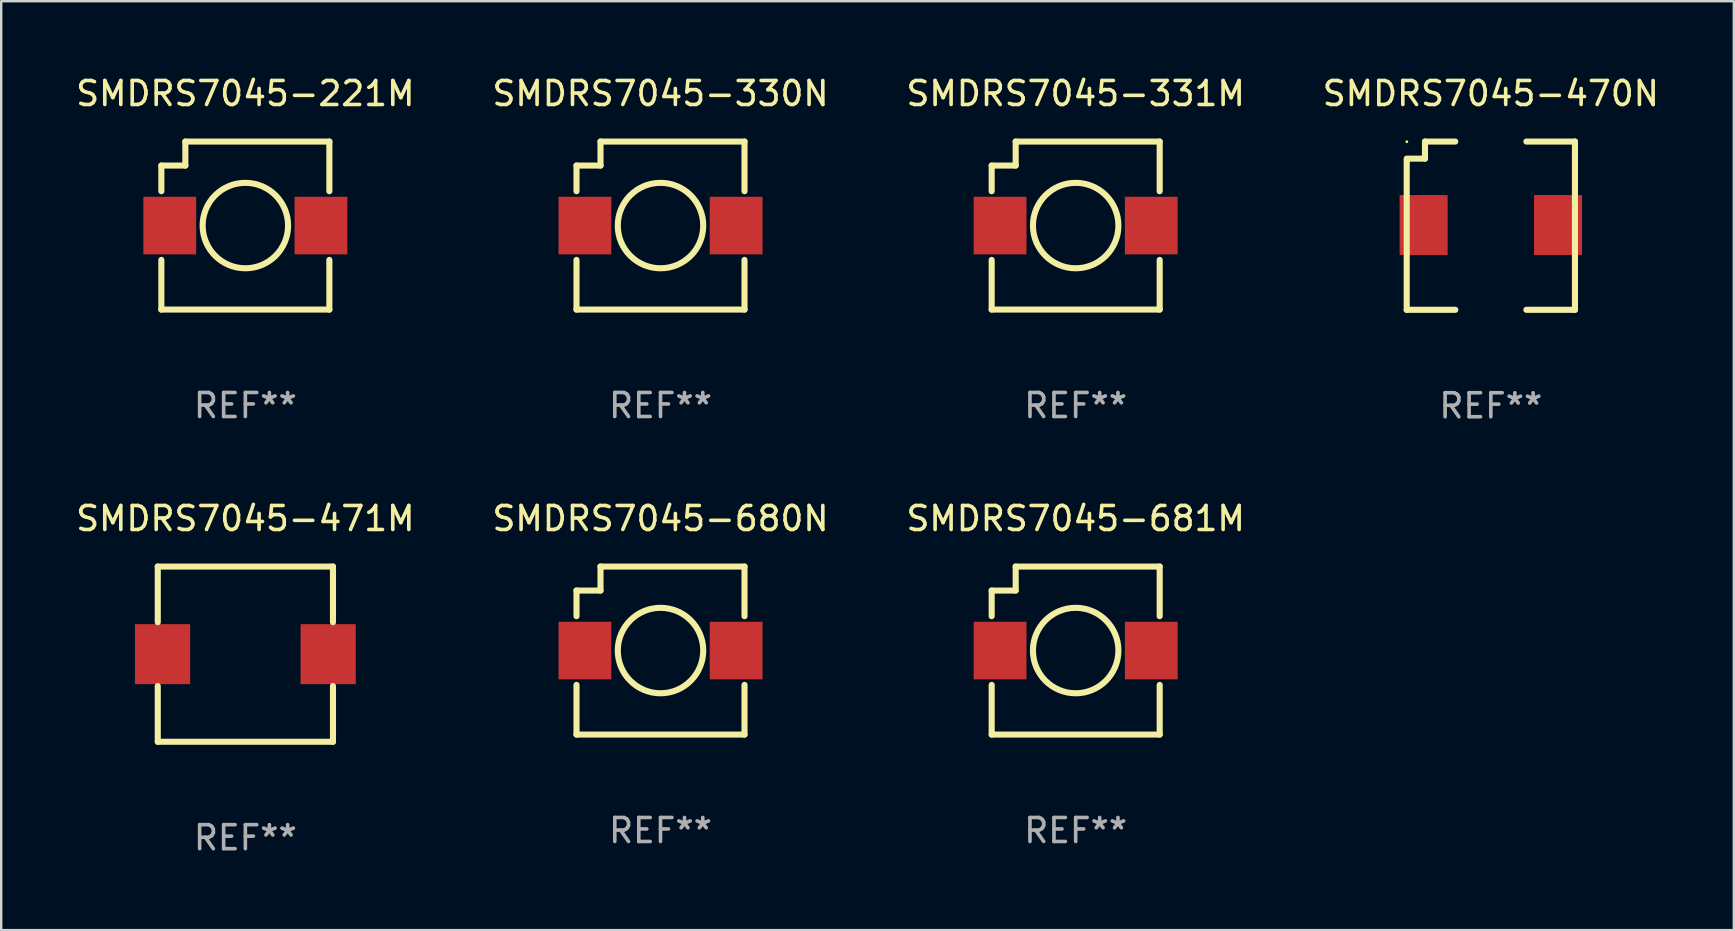
<source format=kicad_pcb>
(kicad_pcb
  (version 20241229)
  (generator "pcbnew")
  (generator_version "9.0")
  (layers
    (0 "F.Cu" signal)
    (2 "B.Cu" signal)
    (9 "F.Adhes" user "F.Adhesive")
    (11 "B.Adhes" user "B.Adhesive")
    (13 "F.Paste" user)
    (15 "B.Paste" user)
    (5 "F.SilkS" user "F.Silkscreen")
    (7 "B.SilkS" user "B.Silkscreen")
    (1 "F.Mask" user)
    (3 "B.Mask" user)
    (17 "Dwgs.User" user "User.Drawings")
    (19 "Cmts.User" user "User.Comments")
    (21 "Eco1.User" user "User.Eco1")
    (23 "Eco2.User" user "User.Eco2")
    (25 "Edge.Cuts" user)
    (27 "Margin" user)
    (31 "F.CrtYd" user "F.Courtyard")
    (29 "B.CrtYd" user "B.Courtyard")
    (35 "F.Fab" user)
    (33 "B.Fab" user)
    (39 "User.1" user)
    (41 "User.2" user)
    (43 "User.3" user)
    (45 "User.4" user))
  (footprint "SMDRS7045-331M"
    (layer "F.Cu")
    (at 41.768 6.348)
    (property "Reference" "SMDRS7045-331M" (at 0 -5.5 0) (layer "F.SilkS") (effects (font (size 1 1) (thickness 0.15))))
    (attr through_hole)
    (fp_line (start -3.5 -2.5) (end -3.5 -1.431) (stroke (width 0.254) (type solid)) (layer "F.SilkS"))
    (fp_line (start -3.5 1.431) (end -3.5 3.5) (stroke (width 0.254) (type solid)) (layer "F.SilkS"))
    (fp_line (start -3.5 3.5) (end 3.5 3.5) (stroke (width 0.254) (type solid)) (layer "F.SilkS"))
    (fp_line (start -2.5 -3.5) (end -2.5 -2.5) (stroke (width 0.254) (type solid)) (layer "F.SilkS"))
    (fp_line (start -2.5 -2.5) (end -3.5 -2.5) (stroke (width 0.254) (type solid)) (layer "F.SilkS"))
    (fp_line (start 3.5 -3.5) (end -2.5 -3.5) (stroke (width 0.254) (type solid)) (layer "F.SilkS"))
    (fp_line (start 3.5 -1.431) (end 3.5 -3.5) (stroke (width 0.254) (type solid)) (layer "F.SilkS"))
    (fp_line (start 3.5 3.5) (end 3.5 1.431) (stroke (width 0.254) (type solid)) (layer "F.SilkS"))
    (fp_circle (center -3.5 3.5) (end -3.47 3.5) (stroke (width 0.06) (type solid)) (fill no) (layer "F.SilkS"))
    (fp_circle (center -0.000127 0) (end 1.78 0) (stroke (width 0.254) (type solid)) (fill no) (layer "F.SilkS"))
    (fp_text user "REF**" (at 0 7.5 0) (layer "F.Fab") (effects (font (size 1 1) (thickness 0.15))))
    (pad "1" smd rect (at -3.15 0) (size 2.2 2.4) (layers "F.Cu" "F.Mask" "F.Paste"))
    (pad "2" smd rect (at 3.15 0) (size 2.2 2.4) (layers "F.Cu" "F.Mask" "F.Paste")))
  (footprint "SMDRS7045-330N"
    (layer "F.Cu")
    (at 24.47 6.348)
    (property "Reference" "SMDRS7045-330N" (at 0 -5.5 0) (layer "F.SilkS") (effects (font (size 1 1) (thickness 0.15))))
    (attr through_hole)
    (fp_line (start -3.5 -2.5) (end -3.5 -1.431) (stroke (width 0.254) (type solid)) (layer "F.SilkS"))
    (fp_line (start -3.5 1.431) (end -3.5 3.5) (stroke (width 0.254) (type solid)) (layer "F.SilkS"))
    (fp_line (start -3.5 3.5) (end 3.5 3.5) (stroke (width 0.254) (type solid)) (layer "F.SilkS"))
    (fp_line (start -2.5 -3.5) (end -2.5 -2.5) (stroke (width 0.254) (type solid)) (layer "F.SilkS"))
    (fp_line (start -2.5 -2.5) (end -3.5 -2.5) (stroke (width 0.254) (type solid)) (layer "F.SilkS"))
    (fp_line (start 3.5 -3.5) (end -2.5 -3.5) (stroke (width 0.254) (type solid)) (layer "F.SilkS"))
    (fp_line (start 3.5 -1.431) (end 3.5 -3.5) (stroke (width 0.254) (type solid)) (layer "F.SilkS"))
    (fp_line (start 3.5 3.5) (end 3.5 1.431) (stroke (width 0.254) (type solid)) (layer "F.SilkS"))
    (fp_circle (center -3.5 3.5) (end -3.47 3.5) (stroke (width 0.06) (type solid)) (fill no) (layer "F.SilkS"))
    (fp_circle (center -0.000127 0) (end 1.78 0) (stroke (width 0.254) (type solid)) (fill no) (layer "F.SilkS"))
    (fp_text user "REF**" (at 0 7.5 0) (layer "F.Fab") (effects (font (size 1 1) (thickness 0.15))))
    (pad "1" smd rect (at -3.15 0) (size 2.2 2.4) (layers "F.Cu" "F.Mask" "F.Paste"))
    (pad "2" smd rect (at 3.15 0) (size 2.2 2.4) (layers "F.Cu" "F.Mask" "F.Paste")))
  (footprint "SMDRS7045-221M"
    (layer "F.Cu")
    (at 7.173 6.348)
    (property "Reference" "SMDRS7045-221M" (at 0 -5.5 0) (layer "F.SilkS") (effects (font (size 1 1) (thickness 0.15))))
    (attr through_hole)
    (fp_line (start -3.5 -2.5) (end -3.5 -1.431) (stroke (width 0.254) (type solid)) (layer "F.SilkS"))
    (fp_line (start -3.5 1.431) (end -3.5 3.5) (stroke (width 0.254) (type solid)) (layer "F.SilkS"))
    (fp_line (start -3.5 3.5) (end 3.5 3.5) (stroke (width 0.254) (type solid)) (layer "F.SilkS"))
    (fp_line (start -2.5 -3.5) (end -2.5 -2.5) (stroke (width 0.254) (type solid)) (layer "F.SilkS"))
    (fp_line (start -2.5 -2.5) (end -3.5 -2.5) (stroke (width 0.254) (type solid)) (layer "F.SilkS"))
    (fp_line (start 3.5 -3.5) (end -2.5 -3.5) (stroke (width 0.254) (type solid)) (layer "F.SilkS"))
    (fp_line (start 3.5 -1.431) (end 3.5 -3.5) (stroke (width 0.254) (type solid)) (layer "F.SilkS"))
    (fp_line (start 3.5 3.5) (end 3.5 1.431) (stroke (width 0.254) (type solid)) (layer "F.SilkS"))
    (fp_circle (center -3.5 3.5) (end -3.47 3.5) (stroke (width 0.06) (type solid)) (fill no) (layer "F.SilkS"))
    (fp_circle (center -0.000127 0) (end 1.78 0) (stroke (width 0.254) (type solid)) (fill no) (layer "F.SilkS"))
    (fp_text user "REF**" (at 0 7.5 0) (layer "F.Fab") (effects (font (size 1 1) (thickness 0.15))))
    (pad "1" smd rect (at -3.15 0) (size 2.2 2.4) (layers "F.Cu" "F.Mask" "F.Paste"))
    (pad "2" smd rect (at 3.15 0) (size 2.2 2.4) (layers "F.Cu" "F.Mask" "F.Paste")))
  (footprint "SMDRS7045-471M"
    (layer "F.Cu")
    (at 7.173 24.205)
    (property "Reference" "SMDRS7045-471M" (at 0 -5.65 0) (layer "F.SilkS") (effects (font (size 1 1) (thickness 0.15))))
    (attr through_hole)
    (fp_line (start -3.65 -3.65) (end 3.65 -3.65) (stroke (width 0.254) (type solid)) (layer "F.SilkS"))
    (fp_line (start -3.65 -1.331) (end -3.65 -3.65) (stroke (width 0.254) (type solid)) (layer "F.SilkS"))
    (fp_line (start -3.65 3.65) (end -3.65 1.331) (stroke (width 0.254) (type solid)) (layer "F.SilkS"))
    (fp_line (start 3.65 -3.65) (end 3.65 -1.331) (stroke (width 0.254) (type solid)) (layer "F.SilkS"))
    (fp_line (start 3.65 1.331) (end 3.65 3.65) (stroke (width 0.254) (type solid)) (layer "F.SilkS"))
    (fp_line (start 3.65 3.65) (end -3.65 3.65) (stroke (width 0.254) (type solid)) (layer "F.SilkS"))
    (fp_circle (center -3.65 3.65) (end -3.62 3.65) (stroke (width 0.06) (type solid)) (fill no) (layer "F.SilkS"))
    (fp_text user "REF**" (at 0 7.65 0) (layer "F.Fab") (effects (font (size 1 1) (thickness 0.15))))
    (pad "1" smd rect (at -3.45 0) (size 2.3 2.5) (layers "F.Cu" "F.Mask" "F.Paste"))
    (pad "2" smd rect (at 3.45 0) (size 2.3 2.5) (layers "F.Cu" "F.Mask" "F.Paste")))
  (footprint "SMDRS7045-680N"
    (layer "F.Cu")
    (at 24.47 24.055)
    (property "Reference" "SMDRS7045-680N" (at 0 -5.5 0) (layer "F.SilkS") (effects (font (size 1 1) (thickness 0.15))))
    (attr through_hole)
    (fp_line (start -3.5 -2.5) (end -3.5 -1.431) (stroke (width 0.254) (type solid)) (layer "F.SilkS"))
    (fp_line (start -3.5 1.431) (end -3.5 3.5) (stroke (width 0.254) (type solid)) (layer "F.SilkS"))
    (fp_line (start -3.5 3.5) (end 3.5 3.5) (stroke (width 0.254) (type solid)) (layer "F.SilkS"))
    (fp_line (start -2.5 -3.5) (end -2.5 -2.5) (stroke (width 0.254) (type solid)) (layer "F.SilkS"))
    (fp_line (start -2.5 -2.5) (end -3.5 -2.5) (stroke (width 0.254) (type solid)) (layer "F.SilkS"))
    (fp_line (start 3.5 -3.5) (end -2.5 -3.5) (stroke (width 0.254) (type solid)) (layer "F.SilkS"))
    (fp_line (start 3.5 -1.431) (end 3.5 -3.5) (stroke (width 0.254) (type solid)) (layer "F.SilkS"))
    (fp_line (start 3.5 3.5) (end 3.5 1.431) (stroke (width 0.254) (type solid)) (layer "F.SilkS"))
    (fp_circle (center -3.5 3.5) (end -3.47 3.5) (stroke (width 0.06) (type solid)) (fill no) (layer "F.SilkS"))
    (fp_circle (center -0.000127 0) (end 1.78 0) (stroke (width 0.254) (type solid)) (fill no) (layer "F.SilkS"))
    (fp_text user "REF**" (at 0 7.5 0) (layer "F.Fab") (effects (font (size 1 1) (thickness 0.15))))
    (pad "1" smd rect (at -3.15 0) (size 2.2 2.4) (layers "F.Cu" "F.Mask" "F.Paste"))
    (pad "2" smd rect (at 3.15 0) (size 2.2 2.4) (layers "F.Cu" "F.Mask" "F.Paste")))
  (footprint "SMDRS7045-470N"
    (layer "F.Cu")
    (at 59.065 6.353)
    (property "Reference" "SMDRS7045-470N" (at 0 -5.505 0) (layer "F.SilkS") (effects (font (size 1 1) (thickness 0.15))))
    (attr through_hole)
    (fp_line (start -3.505 -2.743) (end -3.505 3.505) (stroke (width 0.254) (type solid)) (layer "F.SilkS"))
    (fp_line (start -2.743 -3.505) (end -2.743 -2.794) (stroke (width 0.254) (type solid)) (layer "F.SilkS"))
    (fp_line (start -2.743 -2.794) (end -3.505 -2.794) (stroke (width 0.254) (type solid)) (layer "F.SilkS"))
    (fp_line (start -1.481 -3.505) (end -2.743 -3.505) (stroke (width 0.254) (type solid)) (layer "F.SilkS"))
    (fp_line (start -1.481 3.505) (end -3.505 3.505) (stroke (width 0.254) (type solid)) (layer "F.SilkS"))
    (fp_line (start 3.505 -3.505) (end 1.481 -3.505) (stroke (width 0.254) (type solid)) (layer "F.SilkS"))
    (fp_line (start 3.505 -3.505) (end 3.505 3.505) (stroke (width 0.254) (type solid)) (layer "F.SilkS"))
    (fp_line (start 3.505 3.505) (end 1.481 3.505) (stroke (width 0.254) (type solid)) (layer "F.SilkS"))
    (fp_circle (center -3.5 -3.499) (end -3.47 -3.499) (stroke (width 0.06) (type solid)) (fill no) (layer "F.SilkS"))
    (fp_text user "REF**" (at 0 7.505 0) (layer "F.Fab") (effects (font (size 1 1) (thickness 0.15))))
    (pad "1" smd rect (at -2.8 -0.025 90) (size 2.5 2) (layers "F.Cu" "F.Mask" "F.Paste"))
    (pad "2" smd rect (at 2.8 -0.025 90) (size 2.5 2) (layers "F.Cu" "F.Mask" "F.Paste")))
  (footprint "SMDRS7045-681M"
    (layer "F.Cu")
    (at 41.768 24.055)
    (property "Reference" "SMDRS7045-681M" (at 0 -5.5 0) (layer "F.SilkS") (effects (font (size 1 1) (thickness 0.15))))
    (attr through_hole)
    (fp_line (start -3.5 -2.5) (end -3.5 -1.431) (stroke (width 0.254) (type solid)) (layer "F.SilkS"))
    (fp_line (start -3.5 1.431) (end -3.5 3.5) (stroke (width 0.254) (type solid)) (layer "F.SilkS"))
    (fp_line (start -3.5 3.5) (end 3.5 3.5) (stroke (width 0.254) (type solid)) (layer "F.SilkS"))
    (fp_line (start -2.5 -3.5) (end -2.5 -2.5) (stroke (width 0.254) (type solid)) (layer "F.SilkS"))
    (fp_line (start -2.5 -2.5) (end -3.5 -2.5) (stroke (width 0.254) (type solid)) (layer "F.SilkS"))
    (fp_line (start 3.5 -3.5) (end -2.5 -3.5) (stroke (width 0.254) (type solid)) (layer "F.SilkS"))
    (fp_line (start 3.5 -1.431) (end 3.5 -3.5) (stroke (width 0.254) (type solid)) (layer "F.SilkS"))
    (fp_line (start 3.5 3.5) (end 3.5 1.431) (stroke (width 0.254) (type solid)) (layer "F.SilkS"))
    (fp_circle (center -3.5 3.5) (end -3.47 3.5) (stroke (width 0.06) (type solid)) (fill no) (layer "F.SilkS"))
    (fp_circle (center -0.000127 0) (end 1.78 0) (stroke (width 0.254) (type solid)) (fill no) (layer "F.SilkS"))
    (fp_text user "REF**" (at 0 7.5 0) (layer "F.Fab") (effects (font (size 1 1) (thickness 0.15))))
    (pad "1" smd rect (at -3.15 0) (size 2.2 2.4) (layers "F.Cu" "F.Mask" "F.Paste"))
    (pad "2" smd rect (at 3.15 0) (size 2.2 2.4) (layers "F.Cu" "F.Mask" "F.Paste")))
  (gr_rect
    (start -3 -3)
    (end 69.19 35.703)
    (stroke (width 0.1) (type default))
    (fill no)
    (layer "Edge.Cuts")))
</source>
